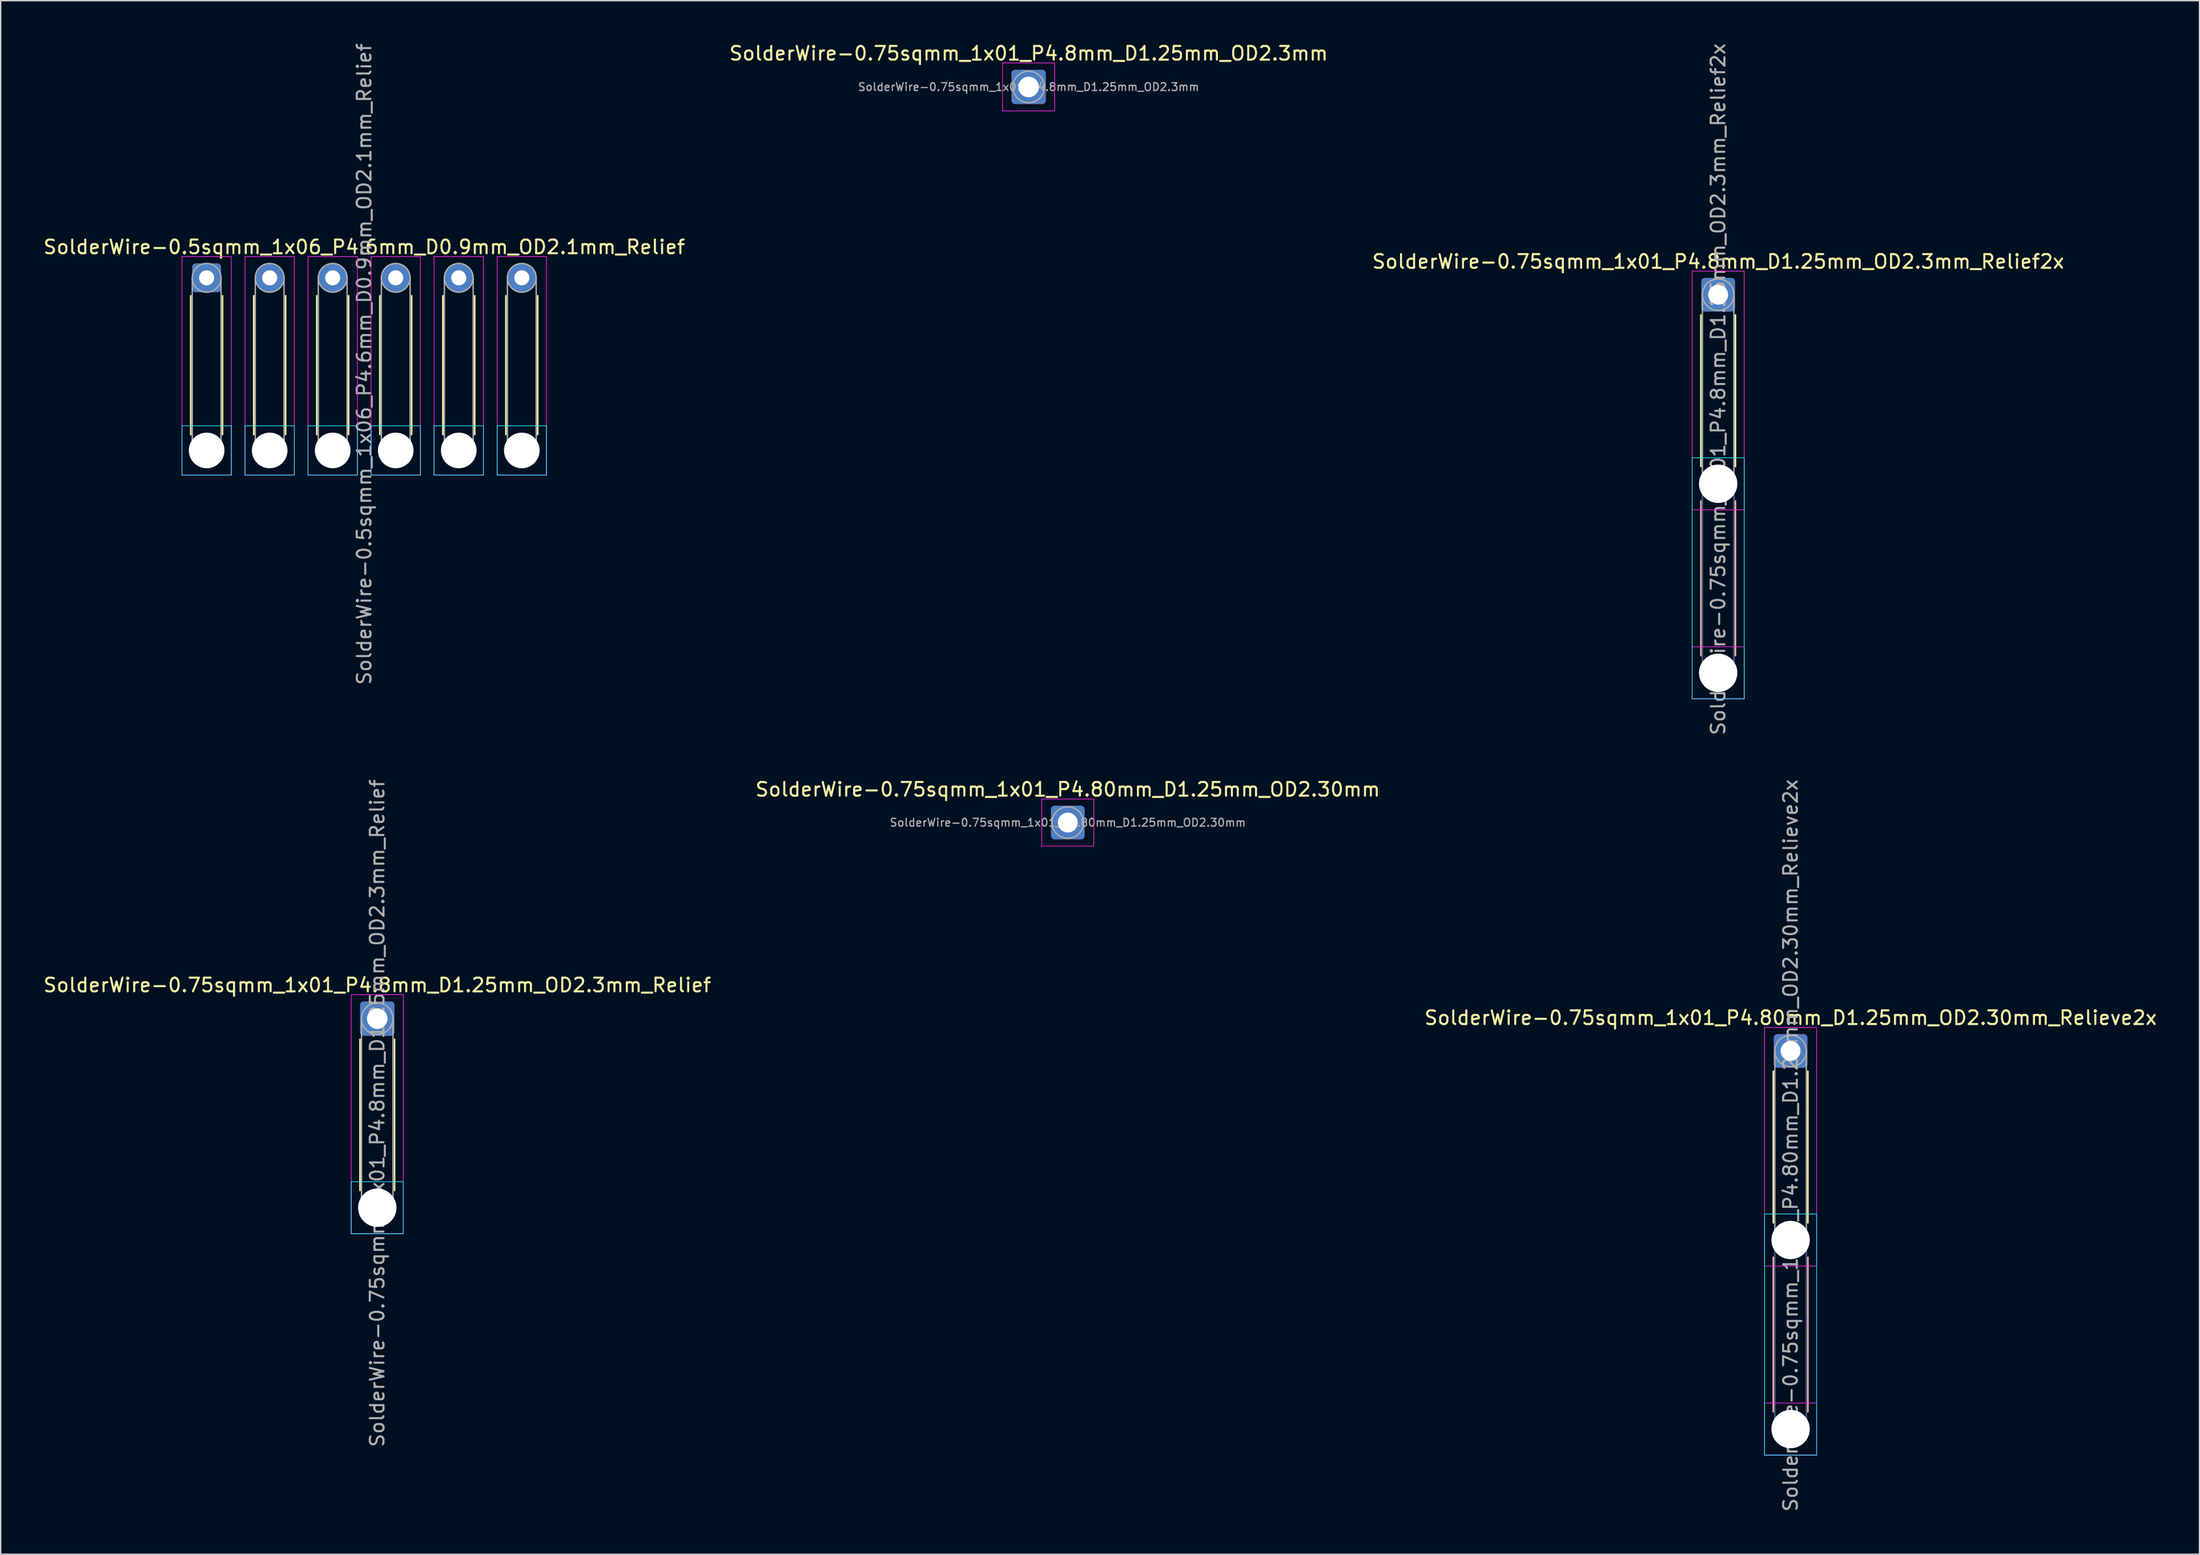
<source format=kicad_pcb>
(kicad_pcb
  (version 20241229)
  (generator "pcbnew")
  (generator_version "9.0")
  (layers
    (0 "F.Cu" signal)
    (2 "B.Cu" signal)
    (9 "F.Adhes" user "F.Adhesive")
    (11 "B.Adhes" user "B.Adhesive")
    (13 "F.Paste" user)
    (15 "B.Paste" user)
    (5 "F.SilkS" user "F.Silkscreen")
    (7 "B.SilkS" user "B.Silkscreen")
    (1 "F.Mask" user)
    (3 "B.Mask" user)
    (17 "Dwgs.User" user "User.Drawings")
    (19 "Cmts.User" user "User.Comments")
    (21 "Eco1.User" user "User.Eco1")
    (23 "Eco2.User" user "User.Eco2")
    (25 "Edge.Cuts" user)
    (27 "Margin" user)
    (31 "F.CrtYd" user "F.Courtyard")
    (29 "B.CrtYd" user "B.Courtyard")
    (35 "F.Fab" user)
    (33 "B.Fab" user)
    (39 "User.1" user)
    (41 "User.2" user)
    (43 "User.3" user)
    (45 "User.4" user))
  (footprint "SolderWire-0.5sqmm_1x06_P4.6mm_D0.9mm_OD2.1mm_Relief"
    (layer "F.Cu")
    (at 12.03 17.23)
    (property "Reference" "SolderWire-0.5sqmm_1x06_P4.6mm_D0.9mm_OD2.1mm_Relief" (at 11.5 -2.25 0) (layer "F.SilkS") (effects (font (size 1 1) (thickness 0.15))))
    (attr exclude_from_pos_files exclude_from_bom)
    (fp_line (start -1.16 1.31) (end -1.16 11.44) (stroke (width 0.12) (type solid)) (layer "F.SilkS"))
    (fp_line (start 1.16 1.31) (end 1.16 11.44) (stroke (width 0.12) (type solid)) (layer "F.SilkS"))
    (fp_line (start 3.44 1.31) (end 3.44 11.44) (stroke (width 0.12) (type solid)) (layer "F.SilkS"))
    (fp_line (start 5.76 1.31) (end 5.76 11.44) (stroke (width 0.12) (type solid)) (layer "F.SilkS"))
    (fp_line (start 8.04 1.31) (end 8.04 11.44) (stroke (width 0.12) (type solid)) (layer "F.SilkS"))
    (fp_line (start 10.36 1.31) (end 10.36 11.44) (stroke (width 0.12) (type solid)) (layer "F.SilkS"))
    (fp_line (start 12.64 1.31) (end 12.64 11.44) (stroke (width 0.12) (type solid)) (layer "F.SilkS"))
    (fp_line (start 14.96 1.31) (end 14.96 11.44) (stroke (width 0.12) (type solid)) (layer "F.SilkS"))
    (fp_line (start 17.24 1.31) (end 17.24 11.44) (stroke (width 0.12) (type solid)) (layer "F.SilkS"))
    (fp_line (start 19.56 1.31) (end 19.56 11.44) (stroke (width 0.12) (type solid)) (layer "F.SilkS"))
    (fp_line (start 21.84 1.31) (end 21.84 11.44) (stroke (width 0.12) (type solid)) (layer "F.SilkS"))
    (fp_line (start 24.16 1.31) (end 24.16 11.44) (stroke (width 0.12) (type solid)) (layer "F.SilkS"))
    (fp_line (start -1.8 10.8) (end -1.8 14.4) (stroke (width 0.05) (type solid)) (layer "B.CrtYd"))
    (fp_line (start -1.8 14.4) (end 1.8 14.4) (stroke (width 0.05) (type solid)) (layer "B.CrtYd"))
    (fp_line (start 1.8 10.8) (end -1.8 10.8) (stroke (width 0.05) (type solid)) (layer "B.CrtYd"))
    (fp_line (start 1.8 14.4) (end 1.8 10.8) (stroke (width 0.05) (type solid)) (layer "B.CrtYd"))
    (fp_line (start 2.8 10.8) (end 2.8 14.4) (stroke (width 0.05) (type solid)) (layer "B.CrtYd"))
    (fp_line (start 2.8 14.4) (end 6.4 14.4) (stroke (width 0.05) (type solid)) (layer "B.CrtYd"))
    (fp_line (start 6.4 10.8) (end 2.8 10.8) (stroke (width 0.05) (type solid)) (layer "B.CrtYd"))
    (fp_line (start 6.4 14.4) (end 6.4 10.8) (stroke (width 0.05) (type solid)) (layer "B.CrtYd"))
    (fp_line (start 7.4 10.8) (end 7.4 14.4) (stroke (width 0.05) (type solid)) (layer "B.CrtYd"))
    (fp_line (start 7.4 14.4) (end 11 14.4) (stroke (width 0.05) (type solid)) (layer "B.CrtYd"))
    (fp_line (start 11 10.8) (end 7.4 10.8) (stroke (width 0.05) (type solid)) (layer "B.CrtYd"))
    (fp_line (start 11 14.4) (end 11 10.8) (stroke (width 0.05) (type solid)) (layer "B.CrtYd"))
    (fp_line (start 12 10.8) (end 12 14.4) (stroke (width 0.05) (type solid)) (layer "B.CrtYd"))
    (fp_line (start 12 14.4) (end 15.6 14.4) (stroke (width 0.05) (type solid)) (layer "B.CrtYd"))
    (fp_line (start 15.6 10.8) (end 12 10.8) (stroke (width 0.05) (type solid)) (layer "B.CrtYd"))
    (fp_line (start 15.6 14.4) (end 15.6 10.8) (stroke (width 0.05) (type solid)) (layer "B.CrtYd"))
    (fp_line (start 16.6 10.8) (end 16.6 14.4) (stroke (width 0.05) (type solid)) (layer "B.CrtYd"))
    (fp_line (start 16.6 14.4) (end 20.2 14.4) (stroke (width 0.05) (type solid)) (layer "B.CrtYd"))
    (fp_line (start 20.2 10.8) (end 16.6 10.8) (stroke (width 0.05) (type solid)) (layer "B.CrtYd"))
    (fp_line (start 20.2 14.4) (end 20.2 10.8) (stroke (width 0.05) (type solid)) (layer "B.CrtYd"))
    (fp_line (start 21.2 10.8) (end 21.2 14.4) (stroke (width 0.05) (type solid)) (layer "B.CrtYd"))
    (fp_line (start 21.2 14.4) (end 24.8 14.4) (stroke (width 0.05) (type solid)) (layer "B.CrtYd"))
    (fp_line (start 24.8 10.8) (end 21.2 10.8) (stroke (width 0.05) (type solid)) (layer "B.CrtYd"))
    (fp_line (start 24.8 14.4) (end 24.8 10.8) (stroke (width 0.05) (type solid)) (layer "B.CrtYd"))
    (fp_line (start -1.8 -1.55) (end -1.8 14.4) (stroke (width 0.05) (type solid)) (layer "F.CrtYd"))
    (fp_line (start -1.8 14.4) (end 1.8 14.4) (stroke (width 0.05) (type solid)) (layer "F.CrtYd"))
    (fp_line (start 1.8 -1.55) (end -1.8 -1.55) (stroke (width 0.05) (type solid)) (layer "F.CrtYd"))
    (fp_line (start 1.8 14.4) (end 1.8 -1.55) (stroke (width 0.05) (type solid)) (layer "F.CrtYd"))
    (fp_line (start 2.8 -1.55) (end 2.8 14.4) (stroke (width 0.05) (type solid)) (layer "F.CrtYd"))
    (fp_line (start 2.8 14.4) (end 6.4 14.4) (stroke (width 0.05) (type solid)) (layer "F.CrtYd"))
    (fp_line (start 6.4 -1.55) (end 2.8 -1.55) (stroke (width 0.05) (type solid)) (layer "F.CrtYd"))
    (fp_line (start 6.4 14.4) (end 6.4 -1.55) (stroke (width 0.05) (type solid)) (layer "F.CrtYd"))
    (fp_line (start 7.4 -1.55) (end 7.4 14.4) (stroke (width 0.05) (type solid)) (layer "F.CrtYd"))
    (fp_line (start 7.4 14.4) (end 11 14.4) (stroke (width 0.05) (type solid)) (layer "F.CrtYd"))
    (fp_line (start 11 -1.55) (end 7.4 -1.55) (stroke (width 0.05) (type solid)) (layer "F.CrtYd"))
    (fp_line (start 11 14.4) (end 11 -1.55) (stroke (width 0.05) (type solid)) (layer "F.CrtYd"))
    (fp_line (start 12 -1.55) (end 12 14.4) (stroke (width 0.05) (type solid)) (layer "F.CrtYd"))
    (fp_line (start 12 14.4) (end 15.6 14.4) (stroke (width 0.05) (type solid)) (layer "F.CrtYd"))
    (fp_line (start 15.6 -1.55) (end 12 -1.55) (stroke (width 0.05) (type solid)) (layer "F.CrtYd"))
    (fp_line (start 15.6 14.4) (end 15.6 -1.55) (stroke (width 0.05) (type solid)) (layer "F.CrtYd"))
    (fp_line (start 16.6 -1.55) (end 16.6 14.4) (stroke (width 0.05) (type solid)) (layer "F.CrtYd"))
    (fp_line (start 16.6 14.4) (end 20.2 14.4) (stroke (width 0.05) (type solid)) (layer "F.CrtYd"))
    (fp_line (start 20.2 -1.55) (end 16.6 -1.55) (stroke (width 0.05) (type solid)) (layer "F.CrtYd"))
    (fp_line (start 20.2 14.4) (end 20.2 -1.55) (stroke (width 0.05) (type solid)) (layer "F.CrtYd"))
    (fp_line (start 21.2 -1.55) (end 21.2 14.4) (stroke (width 0.05) (type solid)) (layer "F.CrtYd"))
    (fp_line (start 21.2 14.4) (end 24.8 14.4) (stroke (width 0.05) (type solid)) (layer "F.CrtYd"))
    (fp_line (start 24.8 -1.55) (end 21.2 -1.55) (stroke (width 0.05) (type solid)) (layer "F.CrtYd"))
    (fp_line (start 24.8 14.4) (end 24.8 -1.55) (stroke (width 0.05) (type solid)) (layer "F.CrtYd"))
    (fp_line (start -1.05 0) (end -1.05 12.6) (stroke (width 0.1) (type solid)) (layer "F.Fab"))
    (fp_line (start 1.05 0) (end 1.05 12.6) (stroke (width 0.1) (type solid)) (layer "F.Fab"))
    (fp_line (start 3.55 0) (end 3.55 12.6) (stroke (width 0.1) (type solid)) (layer "F.Fab"))
    (fp_line (start 5.65 0) (end 5.65 12.6) (stroke (width 0.1) (type solid)) (layer "F.Fab"))
    (fp_line (start 8.15 0) (end 8.15 12.6) (stroke (width 0.1) (type solid)) (layer "F.Fab"))
    (fp_line (start 10.25 0) (end 10.25 12.6) (stroke (width 0.1) (type solid)) (layer "F.Fab"))
    (fp_line (start 12.75 0) (end 12.75 12.6) (stroke (width 0.1) (type solid)) (layer "F.Fab"))
    (fp_line (start 14.85 0) (end 14.85 12.6) (stroke (width 0.1) (type solid)) (layer "F.Fab"))
    (fp_line (start 17.35 0) (end 17.35 12.6) (stroke (width 0.1) (type solid)) (layer "F.Fab"))
    (fp_line (start 19.45 0) (end 19.45 12.6) (stroke (width 0.1) (type solid)) (layer "F.Fab"))
    (fp_line (start 21.95 0) (end 21.95 12.6) (stroke (width 0.1) (type solid)) (layer "F.Fab"))
    (fp_line (start 24.05 0) (end 24.05 12.6) (stroke (width 0.1) (type solid)) (layer "F.Fab"))
    (fp_circle (center 0 0) (end 1.05 0) (stroke (width 0.1) (type solid)) (fill no) (layer "F.Fab"))
    (fp_circle (center 0 12.6) (end 1.05 12.6) (stroke (width 0.1) (type solid)) (fill no) (layer "F.Fab"))
    (fp_circle (center 4.6 0) (end 5.65 0) (stroke (width 0.1) (type solid)) (fill no) (layer "F.Fab"))
    (fp_circle (center 4.6 12.6) (end 5.65 12.6) (stroke (width 0.1) (type solid)) (fill no) (layer "F.Fab"))
    (fp_circle (center 9.2 0) (end 10.25 0) (stroke (width 0.1) (type solid)) (fill no) (layer "F.Fab"))
    (fp_circle (center 9.2 12.6) (end 10.25 12.6) (stroke (width 0.1) (type solid)) (fill no) (layer "F.Fab"))
    (fp_circle (center 13.8 0) (end 14.85 0) (stroke (width 0.1) (type solid)) (fill no) (layer "F.Fab"))
    (fp_circle (center 13.8 12.6) (end 14.85 12.6) (stroke (width 0.1) (type solid)) (fill no) (layer "F.Fab"))
    (fp_circle (center 18.4 0) (end 19.45 0) (stroke (width 0.1) (type solid)) (fill no) (layer "F.Fab"))
    (fp_circle (center 18.4 12.6) (end 19.45 12.6) (stroke (width 0.1) (type solid)) (fill no) (layer "F.Fab"))
    (fp_circle (center 23 0) (end 24.05 0) (stroke (width 0.1) (type solid)) (fill no) (layer "F.Fab"))
    (fp_circle (center 23 12.6) (end 24.05 12.6) (stroke (width 0.1) (type solid)) (fill no) (layer "F.Fab"))
    (fp_text user "${REFERENCE}" (at 11.5 6.3 90) (layer "F.Fab") (effects (font (size 1 1) (thickness 0.15))))
    (pad "" np_thru_hole circle (at 0 12.6) (size 2.6 2.6) (drill 2.6) (layers "*.Cu" "*.Mask"))
    (pad "" np_thru_hole circle (at 4.6 12.6) (size 2.6 2.6) (drill 2.6) (layers "*.Cu" "*.Mask"))
    (pad "" np_thru_hole circle (at 9.2 12.6) (size 2.6 2.6) (drill 2.6) (layers "*.Cu" "*.Mask"))
    (pad "" np_thru_hole circle (at 13.8 12.6) (size 2.6 2.6) (drill 2.6) (layers "*.Cu" "*.Mask"))
    (pad "" np_thru_hole circle (at 18.4 12.6) (size 2.6 2.6) (drill 2.6) (layers "*.Cu" "*.Mask"))
    (pad "" np_thru_hole circle (at 23 12.6) (size 2.6 2.6) (drill 2.6) (layers "*.Cu" "*.Mask"))
    (pad "1" thru_hole roundrect (at 0 0) (size 2.1 2.1) (drill 1.1) (layers "*.Cu" "*.Mask") (roundrect_rratio 0.119))
    (pad "2" thru_hole circle (at 4.6 0) (size 2.1 2.1) (drill 1.1) (layers "*.Cu" "*.Mask"))
    (pad "3" thru_hole circle (at 9.2 0) (size 2.1 2.1) (drill 1.1) (layers "*.Cu" "*.Mask"))
    (pad "4" thru_hole circle (at 13.8 0) (size 2.1 2.1) (drill 1.1) (layers "*.Cu" "*.Mask"))
    (pad "5" thru_hole circle (at 18.4 0) (size 2.1 2.1) (drill 1.1) (layers "*.Cu" "*.Mask"))
    (pad "6" thru_hole circle (at 23 0) (size 2.1 2.1) (drill 1.1) (layers "*.Cu" "*.Mask")))
  (footprint "SolderWire-0.75sqmm_1x01_P4.8mm_D1.25mm_OD2.3mm"
    (layer "F.Cu")
    (at 72.018 3.298)
    (property "Reference" "SolderWire-0.75sqmm_1x01_P4.8mm_D1.25mm_OD2.3mm" (at 0 -2.45 0) (layer "F.SilkS") (effects (font (size 1 1) (thickness 0.15))))
    (attr exclude_from_pos_files exclude_from_bom)
    (fp_line (start -1.9 -1.75) (end -1.9 1.75) (stroke (width 0.05) (type solid)) (layer "F.CrtYd"))
    (fp_line (start -1.9 1.75) (end 1.9 1.75) (stroke (width 0.05) (type solid)) (layer "F.CrtYd"))
    (fp_line (start 1.9 -1.75) (end -1.9 -1.75) (stroke (width 0.05) (type solid)) (layer "F.CrtYd"))
    (fp_line (start 1.9 1.75) (end 1.9 -1.75) (stroke (width 0.05) (type solid)) (layer "F.CrtYd"))
    (fp_circle (center 0 0) (end 1.15 0) (stroke (width 0.1) (type solid)) (fill no) (layer "F.Fab"))
    (fp_text user "${REFERENCE}" (at 0 0 0) (layer "F.Fab") (effects (font (size 0.57 0.57) (thickness 0.09))))
    (pad "1" thru_hole roundrect (at 0 0) (size 2.5 2.5) (drill 1.5) (layers "*.Cu" "*.Mask") (roundrect_rratio 0.1)))
  (footprint "SolderWire-0.75sqmm_1x01_P4.80mm_D1.25mm_OD2.30mm"
    (layer "F.Cu")
    (at 74.875 56.994)
    (property "Reference" "SolderWire-0.75sqmm_1x01_P4.80mm_D1.25mm_OD2.30mm" (at 0 -2.42 0) (layer "F.SilkS") (effects (font (size 1 1) (thickness 0.15))))
    (attr exclude_from_pos_files exclude_from_bom)
    (fp_line (start -1.9 -1.72) (end -1.9 1.72) (stroke (width 0.05) (type solid)) (layer "F.CrtYd"))
    (fp_line (start -1.9 1.72) (end 1.9 1.72) (stroke (width 0.05) (type solid)) (layer "F.CrtYd"))
    (fp_line (start 1.9 -1.72) (end -1.9 -1.72) (stroke (width 0.05) (type solid)) (layer "F.CrtYd"))
    (fp_line (start 1.9 1.72) (end 1.9 -1.72) (stroke (width 0.05) (type solid)) (layer "F.CrtYd"))
    (fp_circle (center 0 0) (end 1.15 0) (stroke (width 0.1) (type solid)) (fill no) (layer "F.Fab"))
    (fp_text user "${REFERENCE}" (at 0 0 0) (layer "F.Fab") (effects (font (size 0.57 0.57) (thickness 0.09))))
    (pad "1" thru_hole roundrect (at 0 0) (size 2.45 2.45) (drill 1.45) (layers "*.Cu" "*.Mask") (roundrect_rratio 0.102)))
  (footprint "SolderWire-0.75sqmm_1x01_P4.8mm_D1.25mm_OD2.3mm_Relief"
    (layer "F.Cu")
    (at 24.482 71.308)
    (property "Reference" "SolderWire-0.75sqmm_1x01_P4.8mm_D1.25mm_OD2.3mm_Relief" (at 0 -2.45 0) (layer "F.SilkS") (effects (font (size 1 1) (thickness 0.15))))
    (attr exclude_from_pos_files exclude_from_bom)
    (fp_line (start -1.26 1.51) (end -1.26 12.54) (stroke (width 0.12) (type solid)) (layer "F.SilkS"))
    (fp_line (start 1.26 1.51) (end 1.26 12.54) (stroke (width 0.12) (type solid)) (layer "F.SilkS"))
    (fp_line (start -1.9 11.9) (end -1.9 15.7) (stroke (width 0.05) (type solid)) (layer "B.CrtYd"))
    (fp_line (start -1.9 15.7) (end 1.9 15.7) (stroke (width 0.05) (type solid)) (layer "B.CrtYd"))
    (fp_line (start 1.9 11.9) (end -1.9 11.9) (stroke (width 0.05) (type solid)) (layer "B.CrtYd"))
    (fp_line (start 1.9 15.7) (end 1.9 11.9) (stroke (width 0.05) (type solid)) (layer "B.CrtYd"))
    (fp_line (start -1.9 -1.75) (end -1.9 15.7) (stroke (width 0.05) (type solid)) (layer "F.CrtYd"))
    (fp_line (start -1.9 15.7) (end 1.9 15.7) (stroke (width 0.05) (type solid)) (layer "F.CrtYd"))
    (fp_line (start 1.9 -1.75) (end -1.9 -1.75) (stroke (width 0.05) (type solid)) (layer "F.CrtYd"))
    (fp_line (start 1.9 15.7) (end 1.9 -1.75) (stroke (width 0.05) (type solid)) (layer "F.CrtYd"))
    (fp_line (start -1.15 0) (end -1.15 13.8) (stroke (width 0.1) (type solid)) (layer "F.Fab"))
    (fp_line (start 1.15 0) (end 1.15 13.8) (stroke (width 0.1) (type solid)) (layer "F.Fab"))
    (fp_circle (center 0 0) (end 1.15 0) (stroke (width 0.1) (type solid)) (fill no) (layer "F.Fab"))
    (fp_circle (center 0 13.8) (end 1.15 13.8) (stroke (width 0.1) (type solid)) (fill no) (layer "F.Fab"))
    (fp_text user "${REFERENCE}" (at 0 6.9 90) (layer "F.Fab") (effects (font (size 1 1) (thickness 0.15))))
    (pad "" np_thru_hole circle (at 0 13.8) (size 2.8 2.8) (drill 2.8) (layers "*.Cu" "*.Mask"))
    (pad "1" thru_hole roundrect (at 0 0) (size 2.5 2.5) (drill 1.5) (layers "*.Cu" "*.Mask") (roundrect_rratio 0.1)))
  (footprint "SolderWire-0.75sqmm_1x01_P4.8mm_D1.25mm_OD2.3mm_Relief2x"
    (layer "F.Cu")
    (at 122.339 18.463)
    (property "Reference" "SolderWire-0.75sqmm_1x01_P4.8mm_D1.25mm_OD2.3mm_Relief2x" (at 0 -2.42 0) (layer "F.SilkS") (effects (font (size 1 1) (thickness 0.15))))
    (attr exclude_from_pos_files exclude_from_bom)
    (fp_line (start -1.26 1.485) (end -1.26 12.54) (stroke (width 0.12) (type solid)) (layer "F.SilkS"))
    (fp_line (start 1.26 1.485) (end 1.26 12.54) (stroke (width 0.12) (type solid)) (layer "F.SilkS"))
    (fp_line (start -1.26 15.06) (end -1.26 26.34) (stroke (width 0.12) (type solid)) (layer "B.SilkS"))
    (fp_line (start 1.26 15.06) (end 1.26 26.34) (stroke (width 0.12) (type solid)) (layer "B.SilkS"))
    (fp_line (start -1.9 11.9) (end -1.9 29.5) (stroke (width 0.05) (type solid)) (layer "B.CrtYd"))
    (fp_line (start -1.9 29.5) (end 1.9 29.5) (stroke (width 0.05) (type solid)) (layer "B.CrtYd"))
    (fp_line (start 1.9 11.9) (end -1.9 11.9) (stroke (width 0.05) (type solid)) (layer "B.CrtYd"))
    (fp_line (start 1.9 29.5) (end 1.9 11.9) (stroke (width 0.05) (type solid)) (layer "B.CrtYd"))
    (fp_line (start -1.9 -1.72) (end -1.9 15.7) (stroke (width 0.05) (type solid)) (layer "F.CrtYd"))
    (fp_line (start -1.9 15.7) (end 1.9 15.7) (stroke (width 0.05) (type solid)) (layer "F.CrtYd"))
    (fp_line (start -1.9 25.7) (end -1.9 29.5) (stroke (width 0.05) (type solid)) (layer "F.CrtYd"))
    (fp_line (start -1.9 29.5) (end 1.9 29.5) (stroke (width 0.05) (type solid)) (layer "F.CrtYd"))
    (fp_line (start 1.9 -1.72) (end -1.9 -1.72) (stroke (width 0.05) (type solid)) (layer "F.CrtYd"))
    (fp_line (start 1.9 15.7) (end 1.9 -1.72) (stroke (width 0.05) (type solid)) (layer "F.CrtYd"))
    (fp_line (start 1.9 25.7) (end -1.9 25.7) (stroke (width 0.05) (type solid)) (layer "F.CrtYd"))
    (fp_line (start 1.9 29.5) (end 1.9 25.7) (stroke (width 0.05) (type solid)) (layer "F.CrtYd"))
    (fp_line (start -1.15 13.8) (end -1.15 27.6) (stroke (width 0.1) (type solid)) (layer "B.Fab"))
    (fp_line (start 1.15 13.8) (end 1.15 27.6) (stroke (width 0.1) (type solid)) (layer "B.Fab"))
    (fp_circle (center 0 13.8) (end 1.15 13.8) (stroke (width 0.1) (type solid)) (fill no) (layer "B.Fab"))
    (fp_circle (center 0 27.6) (end 1.15 27.6) (stroke (width 0.1) (type solid)) (fill no) (layer "B.Fab"))
    (fp_line (start -1.15 0) (end -1.15 13.8) (stroke (width 0.1) (type solid)) (layer "F.Fab"))
    (fp_line (start 1.15 0) (end 1.15 13.8) (stroke (width 0.1) (type solid)) (layer "F.Fab"))
    (fp_circle (center 0 0) (end 1.15 0) (stroke (width 0.1) (type solid)) (fill no) (layer "F.Fab"))
    (fp_circle (center 0 13.8) (end 1.15 13.8) (stroke (width 0.1) (type solid)) (fill no) (layer "F.Fab"))
    (fp_circle (center 0 27.6) (end 1.15 27.6) (stroke (width 0.1) (type solid)) (fill no) (layer "F.Fab"))
    (fp_text user "${REFERENCE}" (at 0 6.9 90) (layer "F.Fab") (effects (font (size 1 1) (thickness 0.15))))
    (pad "" np_thru_hole circle (at 0 13.8) (size 2.8 2.8) (drill 2.8) (layers "*.Cu" "*.Mask"))
    (pad "" np_thru_hole circle (at 0 27.6) (size 2.8 2.8) (drill 2.8) (layers "*.Cu" "*.Mask"))
    (pad "1" thru_hole roundrect (at 0 0) (size 2.45 2.45) (drill 1.45) (layers "*.Cu" "*.Mask") (roundrect_rratio 0.102)))
  (footprint "SolderWire-0.75sqmm_1x01_P4.80mm_D1.25mm_OD2.30mm_Relieve2x"
    (layer "F.Cu")
    (at 127.625 73.665)
    (property "Reference" "SolderWire-0.75sqmm_1x01_P4.80mm_D1.25mm_OD2.30mm_Relieve2x" (at 0 -2.42 0) (layer "F.SilkS") (effects (font (size 1 1) (thickness 0.15))))
    (attr exclude_from_pos_files exclude_from_bom)
    (fp_line (start -1.26 1.485) (end -1.26 12.54) (stroke (width 0.12) (type solid)) (layer "F.SilkS"))
    (fp_line (start 1.26 1.485) (end 1.26 12.54) (stroke (width 0.12) (type solid)) (layer "F.SilkS"))
    (fp_line (start -1.26 15.06) (end -1.26 26.34) (stroke (width 0.12) (type solid)) (layer "B.SilkS"))
    (fp_line (start 1.26 15.06) (end 1.26 26.34) (stroke (width 0.12) (type solid)) (layer "B.SilkS"))
    (fp_line (start -1.9 11.9) (end -1.9 29.5) (stroke (width 0.05) (type solid)) (layer "B.CrtYd"))
    (fp_line (start -1.9 29.5) (end 1.9 29.5) (stroke (width 0.05) (type solid)) (layer "B.CrtYd"))
    (fp_line (start 1.9 11.9) (end -1.9 11.9) (stroke (width 0.05) (type solid)) (layer "B.CrtYd"))
    (fp_line (start 1.9 29.5) (end 1.9 11.9) (stroke (width 0.05) (type solid)) (layer "B.CrtYd"))
    (fp_line (start -1.9 -1.72) (end -1.9 15.7) (stroke (width 0.05) (type solid)) (layer "F.CrtYd"))
    (fp_line (start -1.9 15.7) (end 1.9 15.7) (stroke (width 0.05) (type solid)) (layer "F.CrtYd"))
    (fp_line (start -1.9 25.7) (end -1.9 29.5) (stroke (width 0.05) (type solid)) (layer "F.CrtYd"))
    (fp_line (start -1.9 29.5) (end 1.9 29.5) (stroke (width 0.05) (type solid)) (layer "F.CrtYd"))
    (fp_line (start 1.9 -1.72) (end -1.9 -1.72) (stroke (width 0.05) (type solid)) (layer "F.CrtYd"))
    (fp_line (start 1.9 15.7) (end 1.9 -1.72) (stroke (width 0.05) (type solid)) (layer "F.CrtYd"))
    (fp_line (start 1.9 25.7) (end -1.9 25.7) (stroke (width 0.05) (type solid)) (layer "F.CrtYd"))
    (fp_line (start 1.9 29.5) (end 1.9 25.7) (stroke (width 0.05) (type solid)) (layer "F.CrtYd"))
    (fp_line (start -1.15 13.8) (end -1.15 27.6) (stroke (width 0.1) (type solid)) (layer "B.Fab"))
    (fp_line (start 1.15 13.8) (end 1.15 27.6) (stroke (width 0.1) (type solid)) (layer "B.Fab"))
    (fp_circle (center 0 13.8) (end 1.15 13.8) (stroke (width 0.1) (type solid)) (fill no) (layer "B.Fab"))
    (fp_circle (center 0 27.6) (end 1.15 27.6) (stroke (width 0.1) (type solid)) (fill no) (layer "B.Fab"))
    (fp_line (start -1.15 0) (end -1.15 13.8) (stroke (width 0.1) (type solid)) (layer "F.Fab"))
    (fp_line (start 1.15 0) (end 1.15 13.8) (stroke (width 0.1) (type solid)) (layer "F.Fab"))
    (fp_circle (center 0 0) (end 1.15 0) (stroke (width 0.1) (type solid)) (fill no) (layer "F.Fab"))
    (fp_circle (center 0 13.8) (end 1.15 13.8) (stroke (width 0.1) (type solid)) (fill no) (layer "F.Fab"))
    (fp_circle (center 0 27.6) (end 1.15 27.6) (stroke (width 0.1) (type solid)) (fill no) (layer "F.Fab"))
    (fp_text user "${REFERENCE}" (at 0 6.9 90) (layer "F.Fab") (effects (font (size 1 1) (thickness 0.15))))
    (pad "" np_thru_hole circle (at 0 13.8) (size 2.8 2.8) (drill 2.8) (layers "*.Cu" "*.Mask"))
    (pad "" np_thru_hole circle (at 0 27.6) (size 2.8 2.8) (drill 2.8) (layers "*.Cu" "*.Mask"))
    (pad "1" thru_hole roundrect (at 0 0) (size 2.45 2.45) (drill 1.45) (layers "*.Cu" "*.Mask") (roundrect_rratio 0.102)))
  (gr_rect
    (start -3 -3)
    (end 157.464 110.405)
    (stroke (width 0.1) (type default))
    (fill no)
    (layer "Edge.Cuts")))
</source>
